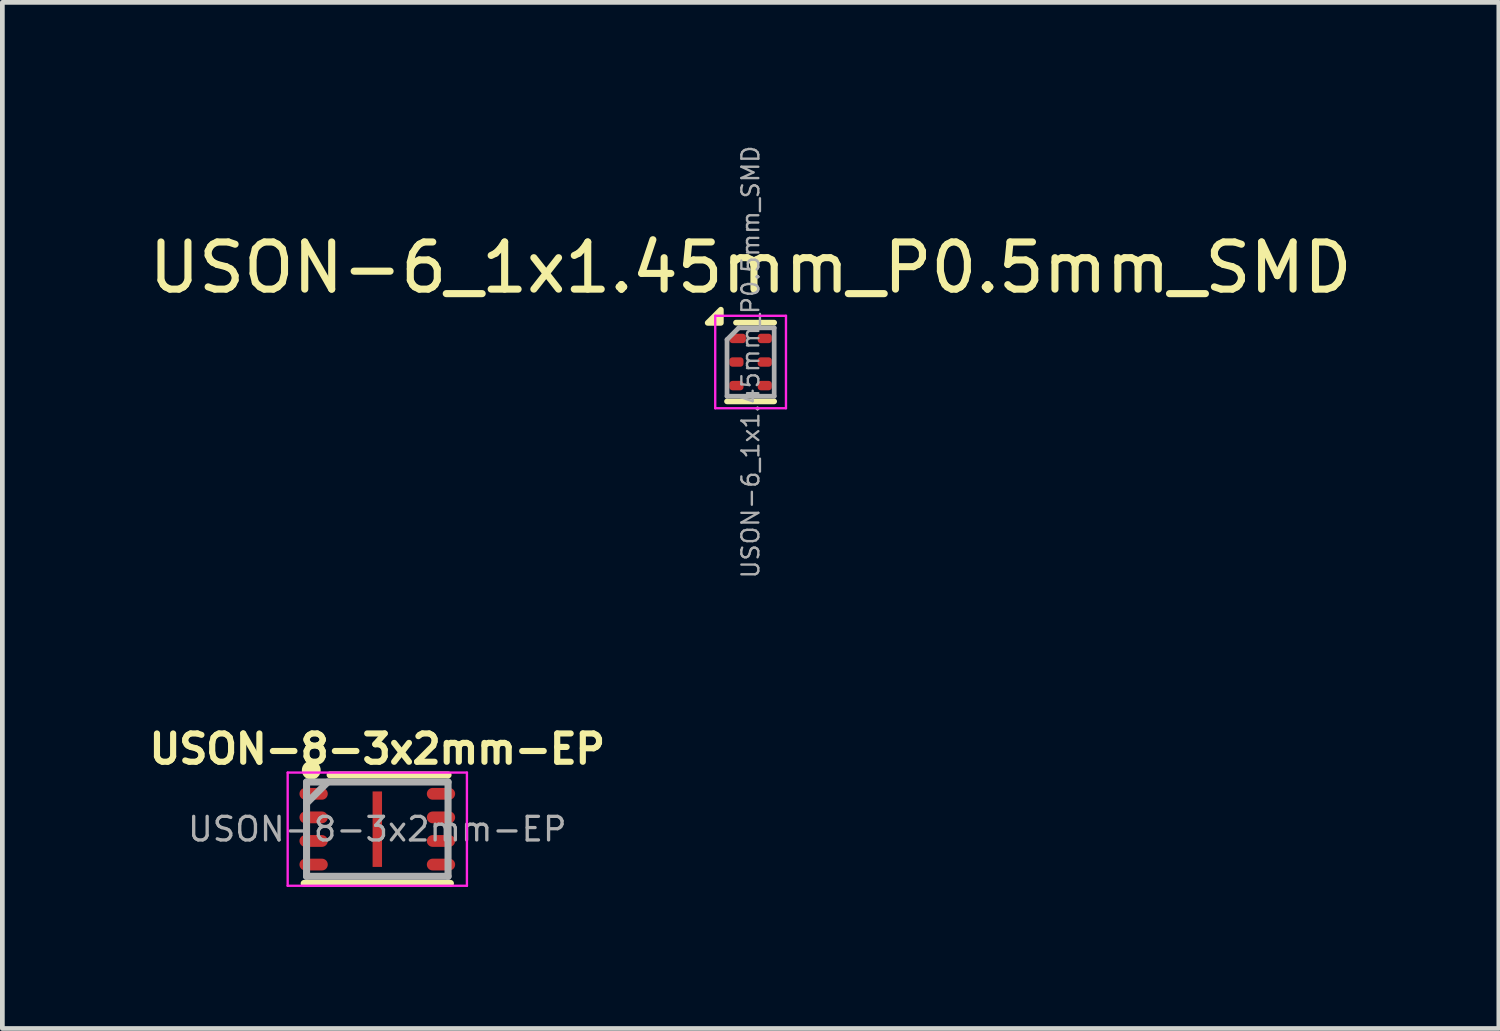
<source format=kicad_pcb>
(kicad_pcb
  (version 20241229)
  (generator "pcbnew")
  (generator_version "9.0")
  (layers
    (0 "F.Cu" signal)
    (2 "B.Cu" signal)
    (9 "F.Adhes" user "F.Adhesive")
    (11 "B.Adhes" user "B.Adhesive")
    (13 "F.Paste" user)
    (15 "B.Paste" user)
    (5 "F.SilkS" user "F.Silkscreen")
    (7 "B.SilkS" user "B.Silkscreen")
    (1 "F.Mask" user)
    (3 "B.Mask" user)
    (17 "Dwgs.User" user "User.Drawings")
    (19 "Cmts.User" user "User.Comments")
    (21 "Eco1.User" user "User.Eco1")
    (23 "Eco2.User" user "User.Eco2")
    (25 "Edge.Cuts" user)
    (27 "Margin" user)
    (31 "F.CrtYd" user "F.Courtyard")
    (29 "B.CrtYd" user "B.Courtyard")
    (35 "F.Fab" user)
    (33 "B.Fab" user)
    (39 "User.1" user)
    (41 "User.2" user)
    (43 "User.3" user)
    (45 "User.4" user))
  (footprint "USON-6_1x1.45mm_P0.5mm_SMD"
    (layer "F.Cu")
    (at 12.863 4.625)
    (property "Reference" "USON-6_1x1.45mm_P0.5mm_SMD" (at 0 -2 0) (layer "F.SilkS") (effects (font (size 1 1) (thickness 0.15))))
    (attr smd)
    (fp_line (start -0.5 0.835) (end 0.5 0.835) (stroke (width 0.12) (type solid)) (layer "F.SilkS"))
    (fp_line (start -0.31 -0.835) (end 0.5 -0.835) (stroke (width 0.12) (type solid)) (layer "F.SilkS"))
    (fp_poly (pts (xy -0.63 -0.83) (xy -0.91 -0.83) (xy -0.63 -1.11) (xy -0.63 -0.83)) (stroke (width 0.12) (type solid)) (fill yes) (layer "F.SilkS"))
    (fp_line (start -0.75 -0.98) (end -0.75 0.98) (stroke (width 0.05) (type solid)) (layer "F.CrtYd"))
    (fp_line (start -0.75 0.98) (end 0.75 0.98) (stroke (width 0.05) (type solid)) (layer "F.CrtYd"))
    (fp_line (start 0.75 -0.98) (end -0.75 -0.98) (stroke (width 0.05) (type solid)) (layer "F.CrtYd"))
    (fp_line (start 0.75 0.98) (end 0.75 -0.98) (stroke (width 0.05) (type solid)) (layer "F.CrtYd"))
    (fp_line (start -0.5 -0.475) (end -0.25 -0.725) (stroke (width 0.1) (type solid)) (layer "F.Fab"))
    (fp_line (start -0.5 0.725) (end -0.5 -0.475) (stroke (width 0.1) (type solid)) (layer "F.Fab"))
    (fp_line (start -0.25 -0.725) (end 0.5 -0.725) (stroke (width 0.1) (type solid)) (layer "F.Fab"))
    (fp_line (start 0.5 -0.725) (end 0.5 0.725) (stroke (width 0.1) (type solid)) (layer "F.Fab"))
    (fp_line (start 0.5 0.725) (end -0.5 0.725) (stroke (width 0.1) (type solid)) (layer "F.Fab"))
    (fp_text user "${REFERENCE}" (at 0 0 90) (layer "F.Fab") (effects (font (size 0.36 0.36) (thickness 0.05))))
    (pad "1" smd roundrect (at -0.275 -0.5) (size 0.35 0.2) (layers "F.Cu" "F.Mask" "F.Paste") (roundrect_rratio 0.333))
    (pad "2" smd roundrect (at -0.3 0) (size 0.3 0.2) (layers "F.Cu" "F.Mask" "F.Paste") (roundrect_rratio 0.333))
    (pad "3" smd roundrect (at -0.3 0.5) (size 0.3 0.2) (layers "F.Cu" "F.Mask" "F.Paste") (roundrect_rratio 0.333))
    (pad "4" smd roundrect (at 0.3 0.5) (size 0.3 0.2) (layers "F.Cu" "F.Mask" "F.Paste") (roundrect_rratio 0.333))
    (pad "5" smd roundrect (at 0.3 0) (size 0.3 0.2) (layers "F.Cu" "F.Mask" "F.Paste") (roundrect_rratio 0.333))
    (pad "6" smd roundrect (at 0.3 -0.5) (size 0.3 0.2) (layers "F.Cu" "F.Mask" "F.Paste") (roundrect_rratio 0.333)))
  (footprint "USON-8-3x2mm-EP"
    (layer "F.Cu")
    (at 4.949 14.529)
    (property "Reference" "USON-8-3x2mm-EP" (at 0 -1.7 180) (layer "F.SilkS") (effects (font (size 0.6 0.6) (thickness 0.13))))
    (property "Value" "${VALUE}" (at 0 1.35 0) (layer "F.Fab") (hide yes) (effects (font (size 0.3 0.3) (thickness 0.04))))
    (attr smd)
    (fp_line (start -1.55 1.15) (end 1.55 1.15) (stroke (width 0.15) (type solid)) (layer "F.SilkS"))
    (fp_line (start -1 -1.15) (end 1.5 -1.15) (stroke (width 0.15) (type solid)) (layer "F.SilkS"))
    (fp_circle (center -1.4 -1.25) (end -1.3 -1.25) (stroke (width 0.2) (type solid)) (fill no) (layer "F.SilkS"))
    (fp_line (start -1.9 -1.2) (end 1.9 -1.2) (stroke (width 0.05) (type solid)) (layer "F.CrtYd"))
    (fp_line (start -1.9 1.2) (end -1.9 -1.2) (stroke (width 0.05) (type solid)) (layer "F.CrtYd"))
    (fp_line (start 1.9 -1.2) (end 1.9 1.2) (stroke (width 0.05) (type solid)) (layer "F.CrtYd"))
    (fp_line (start 1.9 1.2) (end -1.9 1.2) (stroke (width 0.05) (type solid)) (layer "F.CrtYd"))
    (fp_line (start -1.5 -1) (end -1.5 1) (stroke (width 0.15) (type solid)) (layer "F.Fab"))
    (fp_line (start -1.5 1) (end 1.5 1) (stroke (width 0.15) (type solid)) (layer "F.Fab"))
    (fp_line (start -1.05 -1) (end -1.5 -0.55) (stroke (width 0.15) (type solid)) (layer "F.Fab"))
    (fp_line (start 1.5 -1) (end -1.5 -1) (stroke (width 0.15) (type solid)) (layer "F.Fab"))
    (fp_line (start 1.5 1) (end 1.5 -1) (stroke (width 0.15) (type solid)) (layer "F.Fab"))
    (fp_text user "${REFERENCE}" (at 0 0 0) (layer "F.Fab") (effects (font (size 0.5 0.5) (thickness 0.07))))
    (pad "1" smd oval (at -1.35 -0.75) (size 0.6 0.25) (layers "F.Cu" "F.Mask" "F.Paste"))
    (pad "2" smd oval (at -1.35 -0.25) (size 0.6 0.25) (layers "F.Cu" "F.Mask" "F.Paste"))
    (pad "3" smd oval (at -1.35 0.25) (size 0.6 0.25) (layers "F.Cu" "F.Mask" "F.Paste"))
    (pad "4" smd oval (at -1.35 0.75) (size 0.6 0.25) (layers "F.Cu" "F.Mask" "F.Paste"))
    (pad "5" smd oval (at 1.35 0.75) (size 0.6 0.25) (layers "F.Cu" "F.Mask" "F.Paste"))
    (pad "6" smd oval (at 1.35 0.25) (size 0.6 0.25) (layers "F.Cu" "F.Mask" "F.Paste"))
    (pad "7" smd oval (at 1.35 -0.25) (size 0.6 0.25) (layers "F.Cu" "F.Mask" "F.Paste"))
    (pad "8" smd oval (at 1.35 -0.75) (size 0.6 0.25) (layers "F.Cu" "F.Mask" "F.Paste"))
    (pad "9" smd rect (at 0 0) (size 0.2 1.6) (layers "F.Cu" "F.Mask" "F.Paste")))
  (gr_rect
    (start -3 -3)
    (end 28.726 18.754)
    (stroke (width 0.1) (type default))
    (fill no)
    (layer "Edge.Cuts")))
</source>
